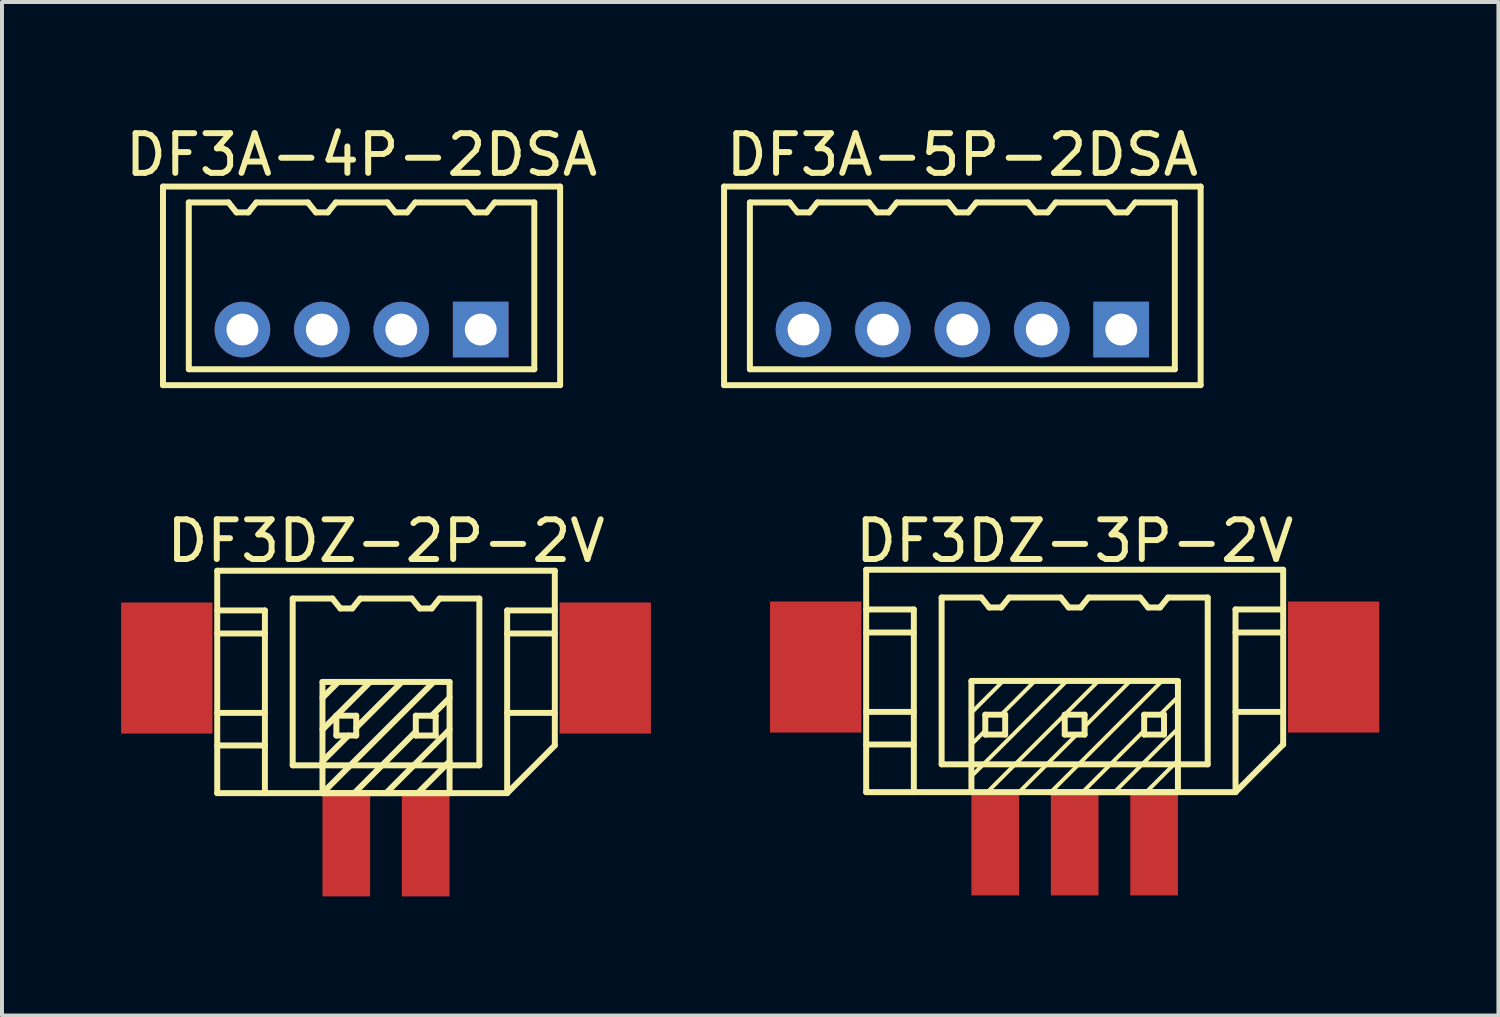
<source format=kicad_pcb>
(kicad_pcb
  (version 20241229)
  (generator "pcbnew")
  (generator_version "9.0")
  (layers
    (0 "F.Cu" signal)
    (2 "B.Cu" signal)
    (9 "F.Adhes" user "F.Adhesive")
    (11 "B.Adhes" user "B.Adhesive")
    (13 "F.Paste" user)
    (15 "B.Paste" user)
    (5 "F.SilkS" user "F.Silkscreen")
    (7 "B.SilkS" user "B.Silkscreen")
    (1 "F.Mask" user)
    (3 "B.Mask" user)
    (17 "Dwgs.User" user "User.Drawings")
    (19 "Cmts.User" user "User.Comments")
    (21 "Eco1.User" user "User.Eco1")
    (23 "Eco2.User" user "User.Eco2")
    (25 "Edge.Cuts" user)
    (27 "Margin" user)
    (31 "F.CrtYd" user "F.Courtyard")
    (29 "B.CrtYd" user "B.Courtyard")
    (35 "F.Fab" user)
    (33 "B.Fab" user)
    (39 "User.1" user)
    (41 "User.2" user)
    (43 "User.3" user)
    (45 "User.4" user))
  (footprint "DF3A-5P-2DSA"
    (layer "F.Cu")
    (at 21.182 5.248)
    (property "Reference" "DF3A-5P-2DSA" (at 0 -4.4 0) (layer "F.SilkS") (effects (font (size 1 1) (thickness 0.15))))
    (attr through_hole)
    (fp_line (start -6 -3.6) (end 6 -3.6) (stroke (width 0.15) (type solid)) (layer "F.SilkS"))
    (fp_line (start -6 1.4) (end -6 -3.6) (stroke (width 0.15) (type solid)) (layer "F.SilkS"))
    (fp_line (start -6 1.4) (end 6 1.4) (stroke (width 0.15) (type solid)) (layer "F.SilkS"))
    (fp_line (start -5.35 -3.2) (end -5.35 1) (stroke (width 0.15) (type solid)) (layer "F.SilkS"))
    (fp_line (start -5.35 1) (end 5.35 1) (stroke (width 0.15) (type solid)) (layer "F.SilkS"))
    (fp_line (start -4.35 -3.2) (end -5.35 -3.2) (stroke (width 0.15) (type solid)) (layer "F.SilkS"))
    (fp_line (start -4.35 -3.2) (end -4.15 -2.95) (stroke (width 0.15) (type solid)) (layer "F.SilkS"))
    (fp_line (start -4.15 -2.95) (end -3.85 -2.95) (stroke (width 0.15) (type solid)) (layer "F.SilkS"))
    (fp_line (start -3.85 -2.95) (end -3.65 -3.2) (stroke (width 0.15) (type solid)) (layer "F.SilkS"))
    (fp_line (start -2.35 -3.2) (end -3.65 -3.2) (stroke (width 0.15) (type solid)) (layer "F.SilkS"))
    (fp_line (start -2.35 -3.2) (end -2.15 -2.95) (stroke (width 0.15) (type solid)) (layer "F.SilkS"))
    (fp_line (start -2.15 -2.95) (end -1.85 -2.95) (stroke (width 0.15) (type solid)) (layer "F.SilkS"))
    (fp_line (start -1.85 -2.95) (end -1.65 -3.2) (stroke (width 0.15) (type solid)) (layer "F.SilkS"))
    (fp_line (start -0.35 -3.2) (end -1.65 -3.2) (stroke (width 0.15) (type solid)) (layer "F.SilkS"))
    (fp_line (start -0.35 -3.2) (end -0.15 -2.95) (stroke (width 0.15) (type solid)) (layer "F.SilkS"))
    (fp_line (start -0.15 -2.95) (end 0.15 -2.95) (stroke (width 0.15) (type solid)) (layer "F.SilkS"))
    (fp_line (start 0.15 -2.95) (end 0.35 -3.2) (stroke (width 0.15) (type solid)) (layer "F.SilkS"))
    (fp_line (start 1.65 -3.2) (end 0.35 -3.2) (stroke (width 0.15) (type solid)) (layer "F.SilkS"))
    (fp_line (start 1.65 -3.2) (end 1.85 -2.95) (stroke (width 0.15) (type solid)) (layer "F.SilkS"))
    (fp_line (start 1.85 -2.95) (end 2.15 -2.95) (stroke (width 0.15) (type solid)) (layer "F.SilkS"))
    (fp_line (start 2.15 -2.95) (end 2.35 -3.2) (stroke (width 0.15) (type solid)) (layer "F.SilkS"))
    (fp_line (start 3.65 -3.2) (end 2.35 -3.2) (stroke (width 0.15) (type solid)) (layer "F.SilkS"))
    (fp_line (start 3.65 -3.2) (end 3.85 -2.95) (stroke (width 0.15) (type solid)) (layer "F.SilkS"))
    (fp_line (start 3.85 -2.95) (end 4.15 -2.95) (stroke (width 0.15) (type solid)) (layer "F.SilkS"))
    (fp_line (start 4.15 -2.95) (end 4.35 -3.2) (stroke (width 0.15) (type solid)) (layer "F.SilkS"))
    (fp_line (start 5.35 -3.2) (end 4.35 -3.2) (stroke (width 0.15) (type solid)) (layer "F.SilkS"))
    (fp_line (start 5.35 1) (end 5.35 -3.2) (stroke (width 0.15) (type solid)) (layer "F.SilkS"))
    (fp_line (start 6 1.4) (end 6 -3.6) (stroke (width 0.15) (type solid)) (layer "F.SilkS"))
    (pad "1" thru_hole rect (at 4 0) (size 1.4 1.4) (drill 0.8) (layers "*.Cu" "*.Mask"))
    (pad "2" thru_hole circle (at 2 0) (size 1.4 1.4) (drill 0.8) (layers "*.Cu" "*.Mask"))
    (pad "3" thru_hole circle (at 0 0) (size 1.4 1.4) (drill 0.8) (layers "*.Cu" "*.Mask"))
    (pad "4" thru_hole circle (at -2 0) (size 1.4 1.4) (drill 0.8) (layers "*.Cu" "*.Mask"))
    (pad "5" thru_hole circle (at -4 0) (size 1.4 1.4) (drill 0.8) (layers "*.Cu" "*.Mask")))
  (footprint "DF3DZ-3P-2V"
    (layer "F.Cu")
    (at 24.01 13.746)
    (property "Reference" "DF3DZ-3P-2V" (at 0 -3.175 0) (layer "F.SilkS") (effects (font (size 1 1) (thickness 0.15))))
    (attr through_hole)
    (fp_line (start -5.25 -2.45) (end -5.25 3.15) (stroke (width 0.15) (type solid)) (layer "F.SilkS"))
    (fp_line (start -5.25 -2.45) (end 5.25 -2.45) (stroke (width 0.15) (type solid)) (layer "F.SilkS"))
    (fp_line (start -5.25 -0.87) (end -4.05 -0.87) (stroke (width 0.15) (type solid)) (layer "F.SilkS"))
    (fp_line (start -5.25 1.13) (end -4.05 1.13) (stroke (width 0.15) (type solid)) (layer "F.SilkS"))
    (fp_line (start -5.25 1.95) (end -4.05 1.95) (stroke (width 0.15) (type solid)) (layer "F.SilkS"))
    (fp_line (start -5.25 3.15) (end 4.05 3.15) (stroke (width 0.15) (type solid)) (layer "F.SilkS"))
    (fp_line (start -4.05 -1.45) (end -5.25 -1.45) (stroke (width 0.15) (type solid)) (layer "F.SilkS"))
    (fp_line (start -4.05 3.15) (end -4.05 -1.45) (stroke (width 0.15) (type solid)) (layer "F.SilkS"))
    (fp_line (start -3.35 -1.75) (end -3.35 2.45) (stroke (width 0.15) (type solid)) (layer "F.SilkS"))
    (fp_line (start -3.35 2.45) (end 3.35 2.45) (stroke (width 0.15) (type solid)) (layer "F.SilkS"))
    (fp_line (start -2.6 0.35) (end -2.6 3.15) (stroke (width 0.15) (type solid)) (layer "F.SilkS"))
    (fp_line (start -2.35 -1.75) (end -3.35 -1.75) (stroke (width 0.15) (type solid)) (layer "F.SilkS"))
    (fp_line (start -2.35 -1.75) (end -2.15 -1.5) (stroke (width 0.15) (type solid)) (layer "F.SilkS"))
    (fp_line (start -2.25 1.2) (end -2.25 1.7) (stroke (width 0.15) (type solid)) (layer "F.SilkS"))
    (fp_line (start -2.25 1.6) (end -2.6 1.95) (stroke (width 0.1) (type solid)) (layer "F.SilkS"))
    (fp_line (start -2.25 1.7) (end -1.75 1.7) (stroke (width 0.15) (type solid)) (layer "F.SilkS"))
    (fp_line (start -2.15 -1.5) (end -1.85 -1.5) (stroke (width 0.15) (type solid)) (layer "F.SilkS"))
    (fp_line (start -1.85 -1.5) (end -1.65 -1.75) (stroke (width 0.15) (type solid)) (layer "F.SilkS"))
    (fp_line (start -1.8 0.35) (end -2.6 1.15) (stroke (width 0.1) (type solid)) (layer "F.SilkS"))
    (fp_line (start -1.75 1.2) (end -2.25 1.2) (stroke (width 0.15) (type solid)) (layer "F.SilkS"))
    (fp_line (start -1.75 1.7) (end -1.75 1.2) (stroke (width 0.15) (type solid)) (layer "F.SilkS"))
    (fp_line (start -1.4 3.15) (end 0.05 1.7) (stroke (width 0.1) (type solid)) (layer "F.SilkS"))
    (fp_line (start -1 0.35) (end -1.85 1.2) (stroke (width 0.1) (type solid)) (layer "F.SilkS"))
    (fp_line (start -0.6 3.15) (end 2.6 3.15) (stroke (width 0.15) (type solid)) (layer "F.SilkS"))
    (fp_line (start -0.35 -1.75) (end -1.65 -1.75) (stroke (width 0.15) (type solid)) (layer "F.SilkS"))
    (fp_line (start -0.35 -1.75) (end -0.15 -1.5) (stroke (width 0.15) (type solid)) (layer "F.SilkS"))
    (fp_line (start -0.25 1.2) (end -0.25 1.7) (stroke (width 0.15) (type solid)) (layer "F.SilkS"))
    (fp_line (start -0.25 1.7) (end 0.25 1.7) (stroke (width 0.15) (type solid)) (layer "F.SilkS"))
    (fp_line (start -0.2 0.35) (end -2.6 2.75) (stroke (width 0.1) (type solid)) (layer "F.SilkS"))
    (fp_line (start -0.15 -1.5) (end 0.15 -1.5) (stroke (width 0.15) (type solid)) (layer "F.SilkS"))
    (fp_line (start 0.15 -1.5) (end 0.35 -1.75) (stroke (width 0.15) (type solid)) (layer "F.SilkS"))
    (fp_line (start 0.2 3.15) (end 1.75 1.6) (stroke (width 0.1) (type solid)) (layer "F.SilkS"))
    (fp_line (start 0.25 1.2) (end -0.25 1.2) (stroke (width 0.15) (type solid)) (layer "F.SilkS"))
    (fp_line (start 0.25 1.7) (end 0.25 1.2) (stroke (width 0.15) (type solid)) (layer "F.SilkS"))
    (fp_line (start 0.6 0.35) (end -2.2 3.15) (stroke (width 0.1) (type solid)) (layer "F.SilkS"))
    (fp_line (start 1.4 0.35) (end 0.25 1.5) (stroke (width 0.1) (type solid)) (layer "F.SilkS"))
    (fp_line (start 1.65 -1.75) (end 0.35 -1.75) (stroke (width 0.15) (type solid)) (layer "F.SilkS"))
    (fp_line (start 1.65 -1.75) (end 1.85 -1.5) (stroke (width 0.15) (type solid)) (layer "F.SilkS"))
    (fp_line (start 1.75 1.2) (end 1.75 1.7) (stroke (width 0.15) (type solid)) (layer "F.SilkS"))
    (fp_line (start 1.75 1.7) (end 2.25 1.7) (stroke (width 0.15) (type solid)) (layer "F.SilkS"))
    (fp_line (start 1.85 -1.5) (end 2.15 -1.5) (stroke (width 0.15) (type solid)) (layer "F.SilkS"))
    (fp_line (start 2.15 -1.5) (end 2.35 -1.75) (stroke (width 0.15) (type solid)) (layer "F.SilkS"))
    (fp_line (start 2.2 0.35) (end -0.6 3.15) (stroke (width 0.1) (type solid)) (layer "F.SilkS"))
    (fp_line (start 2.25 1.2) (end 1.75 1.2) (stroke (width 0.15) (type solid)) (layer "F.SilkS"))
    (fp_line (start 2.25 1.7) (end 2.25 1.2) (stroke (width 0.15) (type solid)) (layer "F.SilkS"))
    (fp_line (start 2.6 0.35) (end -2.6 0.35) (stroke (width 0.15) (type solid)) (layer "F.SilkS"))
    (fp_line (start 2.6 0.75) (end 2.15 1.2) (stroke (width 0.1) (type solid)) (layer "F.SilkS"))
    (fp_line (start 2.6 1.55) (end 1 3.15) (stroke (width 0.1) (type solid)) (layer "F.SilkS"))
    (fp_line (start 2.6 2.35) (end 1.8 3.15) (stroke (width 0.1) (type solid)) (layer "F.SilkS"))
    (fp_line (start 2.6 3.15) (end 2.6 0.35) (stroke (width 0.15) (type solid)) (layer "F.SilkS"))
    (fp_line (start 3.35 -1.75) (end 2.35 -1.75) (stroke (width 0.15) (type solid)) (layer "F.SilkS"))
    (fp_line (start 3.35 2.45) (end 3.35 -1.75) (stroke (width 0.15) (type solid)) (layer "F.SilkS"))
    (fp_line (start 4.05 -1.45) (end 5.25 -1.45) (stroke (width 0.15) (type solid)) (layer "F.SilkS"))
    (fp_line (start 4.05 -0.87) (end 5.25 -0.87) (stroke (width 0.15) (type solid)) (layer "F.SilkS"))
    (fp_line (start 4.05 1.13) (end 5.25 1.13) (stroke (width 0.15) (type solid)) (layer "F.SilkS"))
    (fp_line (start 4.05 3.15) (end 4.05 -1.45) (stroke (width 0.15) (type solid)) (layer "F.SilkS"))
    (fp_line (start 4.05 3.15) (end 5.25 1.95) (stroke (width 0.15) (type solid)) (layer "F.SilkS"))
    (fp_line (start 5.25 -2.45) (end 5.25 1.95) (stroke (width 0.15) (type solid)) (layer "F.SilkS"))
    (pad "" smd rect (at -6.52 0) (size 2.3 3.3) (layers "F.Cu" "F.Mask" "F.Paste"))
    (pad "" smd rect (at 6.52 0) (size 2.3 3.3) (layers "F.Cu" "F.Mask" "F.Paste"))
    (pad "1" smd rect (at 2 4.45) (size 1.2 2.6) (layers "F.Cu" "F.Mask" "F.Paste"))
    (pad "2" smd rect (at 0 4.45) (size 1.2 2.6) (layers "F.Cu" "F.Mask" "F.Paste"))
    (pad "3" smd rect (at -2 4.45) (size 1.2 2.6) (layers "F.Cu" "F.Mask" "F.Paste")))
  (footprint "DF3A-4P-2DSA"
    (layer "F.Cu")
    (at 6.054 5.248)
    (property "Reference" "DF3A-4P-2DSA" (at 0 -4.4 0) (layer "F.SilkS") (effects (font (size 1 1) (thickness 0.15))))
    (attr through_hole)
    (fp_line (start -5 -3.6) (end 5 -3.6) (stroke (width 0.15) (type solid)) (layer "F.SilkS"))
    (fp_line (start -5 1.4) (end -5 -3.6) (stroke (width 0.15) (type solid)) (layer "F.SilkS"))
    (fp_line (start -5 1.4) (end 5 1.4) (stroke (width 0.15) (type solid)) (layer "F.SilkS"))
    (fp_line (start -4.35 -3.2) (end -4.35 1) (stroke (width 0.15) (type solid)) (layer "F.SilkS"))
    (fp_line (start -4.35 1) (end 4.35 1) (stroke (width 0.15) (type solid)) (layer "F.SilkS"))
    (fp_line (start -3.35 -3.2) (end -4.35 -3.2) (stroke (width 0.15) (type solid)) (layer "F.SilkS"))
    (fp_line (start -3.35 -3.2) (end -3.15 -2.95) (stroke (width 0.15) (type solid)) (layer "F.SilkS"))
    (fp_line (start -3.15 -2.95) (end -2.85 -2.95) (stroke (width 0.15) (type solid)) (layer "F.SilkS"))
    (fp_line (start -2.85 -2.95) (end -2.65 -3.2) (stroke (width 0.15) (type solid)) (layer "F.SilkS"))
    (fp_line (start -1.35 -3.2) (end -2.65 -3.2) (stroke (width 0.15) (type solid)) (layer "F.SilkS"))
    (fp_line (start -1.35 -3.2) (end -1.15 -2.95) (stroke (width 0.15) (type solid)) (layer "F.SilkS"))
    (fp_line (start -1.15 -2.95) (end -0.85 -2.95) (stroke (width 0.15) (type solid)) (layer "F.SilkS"))
    (fp_line (start -0.85 -2.95) (end -0.65 -3.2) (stroke (width 0.15) (type solid)) (layer "F.SilkS"))
    (fp_line (start 0.65 -3.2) (end -0.65 -3.2) (stroke (width 0.15) (type solid)) (layer "F.SilkS"))
    (fp_line (start 0.65 -3.2) (end 0.85 -2.95) (stroke (width 0.15) (type solid)) (layer "F.SilkS"))
    (fp_line (start 0.85 -2.95) (end 1.15 -2.95) (stroke (width 0.15) (type solid)) (layer "F.SilkS"))
    (fp_line (start 1.15 -2.95) (end 1.35 -3.2) (stroke (width 0.15) (type solid)) (layer "F.SilkS"))
    (fp_line (start 2.65 -3.2) (end 1.35 -3.2) (stroke (width 0.15) (type solid)) (layer "F.SilkS"))
    (fp_line (start 2.65 -3.2) (end 2.85 -2.95) (stroke (width 0.15) (type solid)) (layer "F.SilkS"))
    (fp_line (start 2.85 -2.95) (end 3.15 -2.95) (stroke (width 0.15) (type solid)) (layer "F.SilkS"))
    (fp_line (start 3.15 -2.95) (end 3.35 -3.2) (stroke (width 0.15) (type solid)) (layer "F.SilkS"))
    (fp_line (start 4.35 -3.2) (end 3.35 -3.2) (stroke (width 0.15) (type solid)) (layer "F.SilkS"))
    (fp_line (start 4.35 1) (end 4.35 -3.2) (stroke (width 0.15) (type solid)) (layer "F.SilkS"))
    (fp_line (start 5 1.4) (end 5 -3.6) (stroke (width 0.15) (type solid)) (layer "F.SilkS"))
    (pad "1" thru_hole rect (at 3 0) (size 1.4 1.4) (drill 0.8) (layers "*.Cu" "*.Mask"))
    (pad "2" thru_hole circle (at 1 0) (size 1.4 1.4) (drill 0.8) (layers "*.Cu" "*.Mask"))
    (pad "3" thru_hole circle (at -1 0) (size 1.4 1.4) (drill 0.8) (layers "*.Cu" "*.Mask"))
    (pad "4" thru_hole circle (at -3 0) (size 1.4 1.4) (drill 0.8) (layers "*.Cu" "*.Mask")))
  (footprint "DF3DZ-2P-2V"
    (layer "F.Cu")
    (at 6.67 13.771)
    (property "Reference" "DF3DZ-2P-2V" (at 0 -3.2 0) (layer "F.SilkS") (effects (font (size 1 1) (thickness 0.15))))
    (attr through_hole)
    (fp_line (start -4.25 -2.45) (end -4.25 3.15) (stroke (width 0.15) (type solid)) (layer "F.SilkS"))
    (fp_line (start -4.25 -2.45) (end 4.25 -2.45) (stroke (width 0.15) (type solid)) (layer "F.SilkS"))
    (fp_line (start -4.25 -0.87) (end -3.05 -0.87) (stroke (width 0.15) (type solid)) (layer "F.SilkS"))
    (fp_line (start -4.25 1.13) (end -3.05 1.13) (stroke (width 0.15) (type solid)) (layer "F.SilkS"))
    (fp_line (start -4.25 1.95) (end -3.05 1.95) (stroke (width 0.15) (type solid)) (layer "F.SilkS"))
    (fp_line (start -4.25 3.15) (end 3.05 3.15) (stroke (width 0.15) (type solid)) (layer "F.SilkS"))
    (fp_line (start -3.05 -1.45) (end -4.25 -1.45) (stroke (width 0.15) (type solid)) (layer "F.SilkS"))
    (fp_line (start -3.05 3.15) (end -3.05 -1.45) (stroke (width 0.15) (type solid)) (layer "F.SilkS"))
    (fp_line (start -2.35 -1.75) (end -2.35 2.45) (stroke (width 0.15) (type solid)) (layer "F.SilkS"))
    (fp_line (start -2.35 2.45) (end 2.35 2.45) (stroke (width 0.15) (type solid)) (layer "F.SilkS"))
    (fp_line (start -1.6 0.35) (end -1.6 3.15) (stroke (width 0.15) (type solid)) (layer "F.SilkS"))
    (fp_line (start -1.6 2.35) (end -0.95 1.7) (stroke (width 0.15) (type solid)) (layer "F.SilkS"))
    (fp_line (start -1.6 3.15) (end 1.6 3.15) (stroke (width 0.15) (type solid)) (layer "F.SilkS"))
    (fp_line (start -1.35 -1.75) (end -2.35 -1.75) (stroke (width 0.15) (type solid)) (layer "F.SilkS"))
    (fp_line (start -1.35 -1.75) (end -1.15 -1.5) (stroke (width 0.15) (type solid)) (layer "F.SilkS"))
    (fp_line (start -1.25 1.2) (end -1.25 1.7) (stroke (width 0.15) (type solid)) (layer "F.SilkS"))
    (fp_line (start -1.25 1.7) (end -0.75 1.7) (stroke (width 0.15) (type solid)) (layer "F.SilkS"))
    (fp_line (start -1.2 0.35) (end -1.6 0.75) (stroke (width 0.15) (type solid)) (layer "F.SilkS"))
    (fp_line (start -1.15 -1.5) (end -0.85 -1.5) (stroke (width 0.15) (type solid)) (layer "F.SilkS"))
    (fp_line (start -0.85 -1.5) (end -0.65 -1.75) (stroke (width 0.15) (type solid)) (layer "F.SilkS"))
    (fp_line (start -0.8 3.15) (end 0.75 1.6) (stroke (width 0.15) (type solid)) (layer "F.SilkS"))
    (fp_line (start -0.75 1.2) (end -1.25 1.2) (stroke (width 0.15) (type solid)) (layer "F.SilkS"))
    (fp_line (start -0.75 1.7) (end -0.75 1.2) (stroke (width 0.15) (type solid)) (layer "F.SilkS"))
    (fp_line (start -0.4 0.35) (end -1.6 1.55) (stroke (width 0.15) (type solid)) (layer "F.SilkS"))
    (fp_line (start 0.4 0.35) (end -0.75 1.5) (stroke (width 0.15) (type solid)) (layer "F.SilkS"))
    (fp_line (start 0.65 -1.75) (end -0.65 -1.75) (stroke (width 0.15) (type solid)) (layer "F.SilkS"))
    (fp_line (start 0.65 -1.75) (end 0.85 -1.5) (stroke (width 0.15) (type solid)) (layer "F.SilkS"))
    (fp_line (start 0.75 1.2) (end 0.75 1.7) (stroke (width 0.15) (type solid)) (layer "F.SilkS"))
    (fp_line (start 0.75 1.7) (end 1.25 1.7) (stroke (width 0.15) (type solid)) (layer "F.SilkS"))
    (fp_line (start 0.85 -1.5) (end 1.15 -1.5) (stroke (width 0.15) (type solid)) (layer "F.SilkS"))
    (fp_line (start 1.15 -1.5) (end 1.35 -1.75) (stroke (width 0.15) (type solid)) (layer "F.SilkS"))
    (fp_line (start 1.2 0.35) (end -1.6 3.15) (stroke (width 0.15) (type solid)) (layer "F.SilkS"))
    (fp_line (start 1.25 1.2) (end 0.75 1.2) (stroke (width 0.15) (type solid)) (layer "F.SilkS"))
    (fp_line (start 1.25 1.7) (end 1.25 1.2) (stroke (width 0.15) (type solid)) (layer "F.SilkS"))
    (fp_line (start 1.6 0.35) (end -1.6 0.35) (stroke (width 0.15) (type solid)) (layer "F.SilkS"))
    (fp_line (start 1.6 0.75) (end 1.15 1.2) (stroke (width 0.15) (type solid)) (layer "F.SilkS"))
    (fp_line (start 1.6 1.55) (end 0 3.15) (stroke (width 0.15) (type solid)) (layer "F.SilkS"))
    (fp_line (start 1.6 2.35) (end 0.8 3.15) (stroke (width 0.15) (type solid)) (layer "F.SilkS"))
    (fp_line (start 1.6 3.15) (end 1.6 0.35) (stroke (width 0.15) (type solid)) (layer "F.SilkS"))
    (fp_line (start 2.35 -1.75) (end 1.35 -1.75) (stroke (width 0.15) (type solid)) (layer "F.SilkS"))
    (fp_line (start 2.35 2.45) (end 2.35 -1.75) (stroke (width 0.15) (type solid)) (layer "F.SilkS"))
    (fp_line (start 3.05 -1.45) (end 4.25 -1.45) (stroke (width 0.15) (type solid)) (layer "F.SilkS"))
    (fp_line (start 3.05 -0.87) (end 4.25 -0.87) (stroke (width 0.15) (type solid)) (layer "F.SilkS"))
    (fp_line (start 3.05 1.13) (end 4.25 1.13) (stroke (width 0.15) (type solid)) (layer "F.SilkS"))
    (fp_line (start 3.05 3.15) (end 3.05 -1.45) (stroke (width 0.15) (type solid)) (layer "F.SilkS"))
    (fp_line (start 3.05 3.15) (end 4.25 1.95) (stroke (width 0.15) (type solid)) (layer "F.SilkS"))
    (fp_line (start 4.25 -2.45) (end 4.25 1.95) (stroke (width 0.15) (type solid)) (layer "F.SilkS"))
    (pad "" smd rect (at -5.52 0) (size 2.3 3.3) (layers "F.Cu" "F.Mask" "F.Paste"))
    (pad "" smd rect (at 5.52 0) (size 2.3 3.3) (layers "F.Cu" "F.Mask" "F.Paste"))
    (pad "1" smd rect (at 1 4.45) (size 1.2 2.6) (layers "F.Cu" "F.Mask" "F.Paste"))
    (pad "2" smd rect (at -1 4.45) (size 1.2 2.6) (layers "F.Cu" "F.Mask" "F.Paste")))
  (gr_rect
    (start -3 -3)
    (end 34.68 22.521)
    (stroke (width 0.1) (type default))
    (fill no)
    (layer "Edge.Cuts")))
</source>
